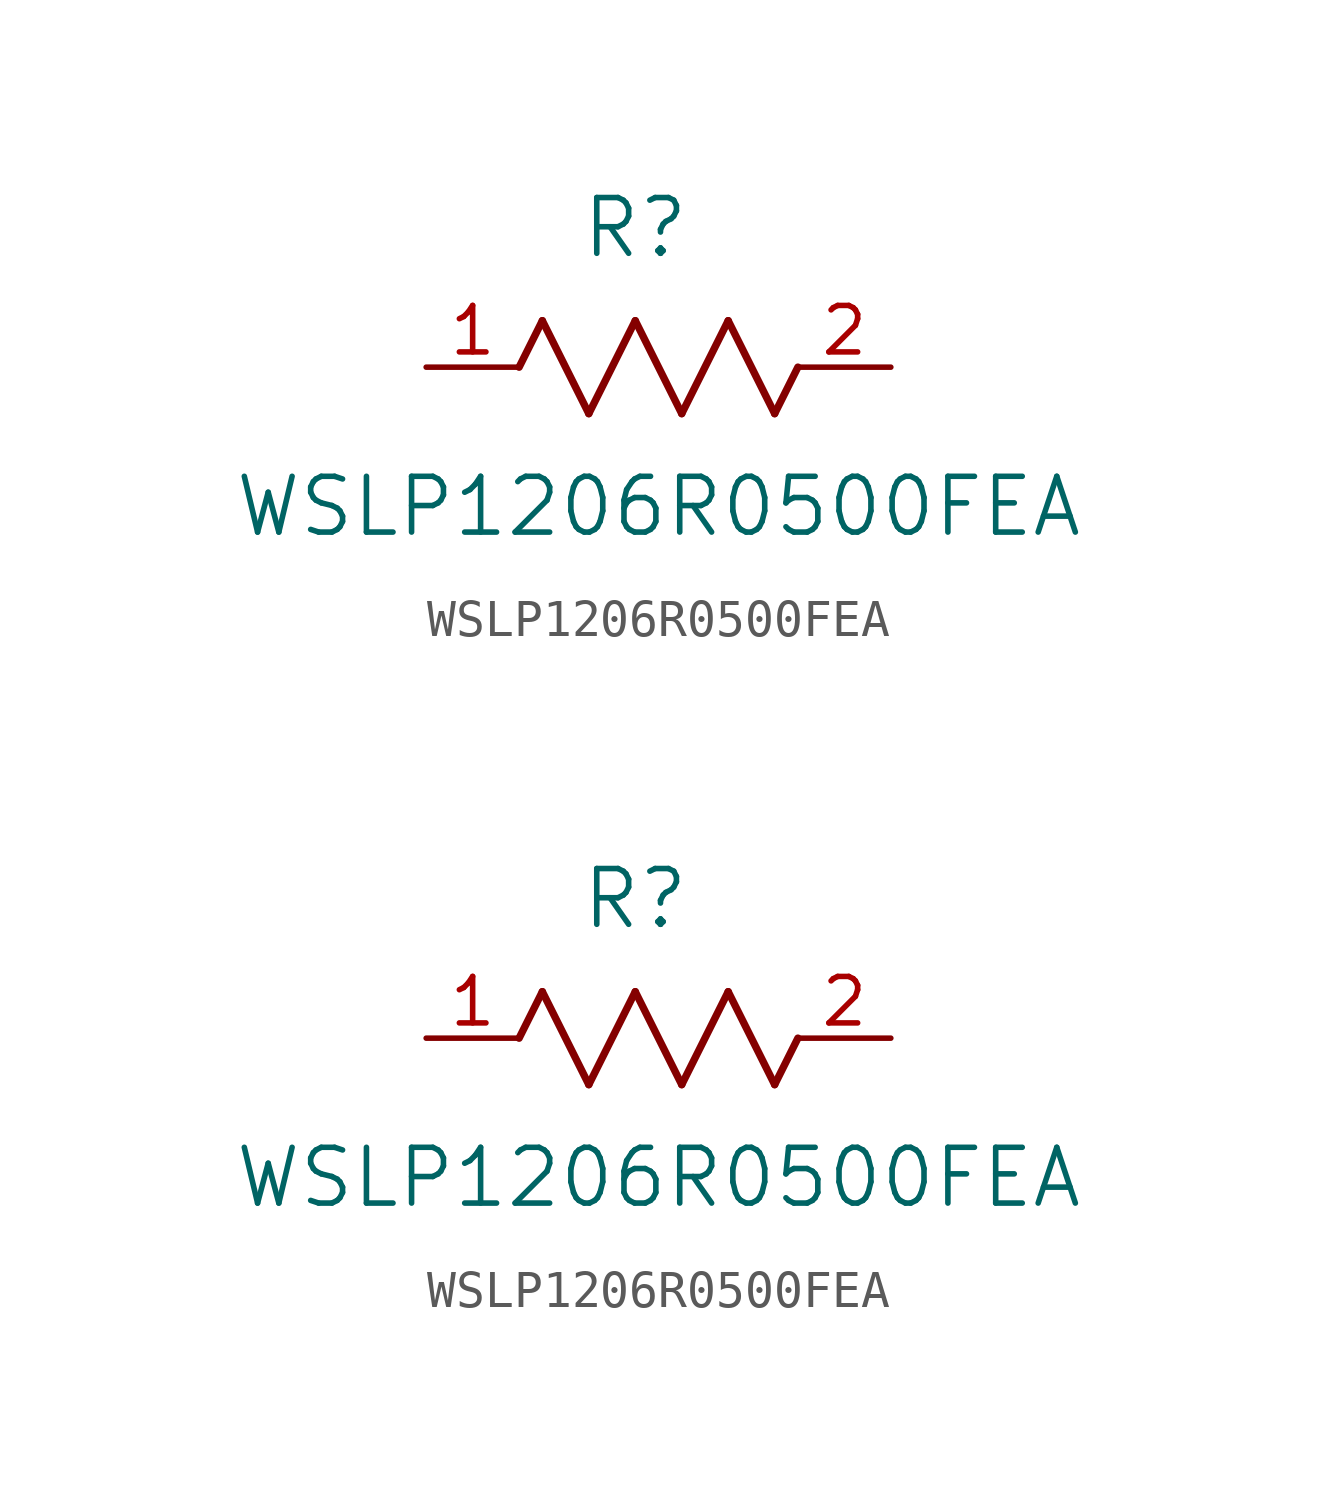
<source format=kicad_sym>
(kicad_symbol_lib
  (version 20211014)
  (generator kicad_symbol_editor)
  (symbol "WSLP1206R0500FEA"
    (pin_names
      (offset 0.254))
    (property "Reference" "R"
      (at 5.715 3.81 0)
      (effects (font (size 1.524 1.524))))
    (property "Value" "WSLP1206R0500FEA"
      (at 6.35 -3.81 0)
      (effects (font (size 1.524 1.524))))
    (symbol "WSLP1206R0500FEA_1_1"
      (polyline (pts (xy 3.175 1.27) (xy 4.445 -1.27)) (stroke (width 0.203) (type default) (color 0 0 0 0)) (fill (type none)))
      (polyline (pts (xy 4.445 -1.27) (xy 5.715 1.27)) (stroke (width 0.203) (type default) (color 0 0 0 0)) (fill (type none)))
      (polyline (pts (xy 5.715 1.27) (xy 6.985 -1.27)) (stroke (width 0.203) (type default) (color 0 0 0 0)) (fill (type none)))
      (polyline (pts (xy 6.985 -1.27) (xy 8.255 1.27)) (stroke (width 0.203) (type default) (color 0 0 0 0)) (fill (type none)))
      (polyline (pts (xy 8.255 1.27) (xy 9.525 -1.27)) (stroke (width 0.203) (type default) (color 0 0 0 0)) (fill (type none)))
      (polyline (pts (xy 2.54 0) (xy 3.175 1.27)) (stroke (width 0.203) (type default) (color 0 0 0 0)) (fill (type none)))
      (polyline (pts (xy 9.525 -1.27) (xy 10.16 0)) (stroke (width 0.203) (type default) (color 0 0 0 0)) (fill (type none)))
      (pin unspecified line (at 0 0 0) (length 2.54) (name "" (effects (font (size 1.27 1.27)))) (number "1" (effects (font (size 1.27 1.27)))))
      (pin unspecified line (at 12.7 0 180) (length 2.54) (name "" (effects (font (size 1.27 1.27)))) (number "2" (effects (font (size 1.27 1.27))))))
    (symbol "WSLP1206R0500FEA_1_2"
      (polyline (pts (xy 3.175 1.27) (xy 4.445 -1.27)) (stroke (width 0.203) (type default) (color 0 0 0 0)) (fill (type none)))
      (polyline (pts (xy 4.445 -1.27) (xy 5.715 1.27)) (stroke (width 0.203) (type default) (color 0 0 0 0)) (fill (type none)))
      (polyline (pts (xy 5.715 1.27) (xy 6.985 -1.27)) (stroke (width 0.203) (type default) (color 0 0 0 0)) (fill (type none)))
      (polyline (pts (xy 6.985 -1.27) (xy 8.255 1.27)) (stroke (width 0.203) (type default) (color 0 0 0 0)) (fill (type none)))
      (polyline (pts (xy 8.255 1.27) (xy 9.525 -1.27)) (stroke (width 0.203) (type default) (color 0 0 0 0)) (fill (type none)))
      (polyline (pts (xy 2.54 0) (xy 3.175 1.27)) (stroke (width 0.203) (type default) (color 0 0 0 0)) (fill (type none)))
      (polyline (pts (xy 9.525 -1.27) (xy 10.16 0)) (stroke (width 0.203) (type default) (color 0 0 0 0)) (fill (type none)))
      (pin unspecified line (at 0 0 0) (length 2.54) (name "" (effects (font (size 1.27 1.27)))) (number "1" (effects (font (size 1.27 1.27)))))
      (pin unspecified line (at 12.7 0 180) (length 2.54) (name "" (effects (font (size 1.27 1.27)))) (number "2" (effects (font (size 1.27 1.27))))))))
</source>
